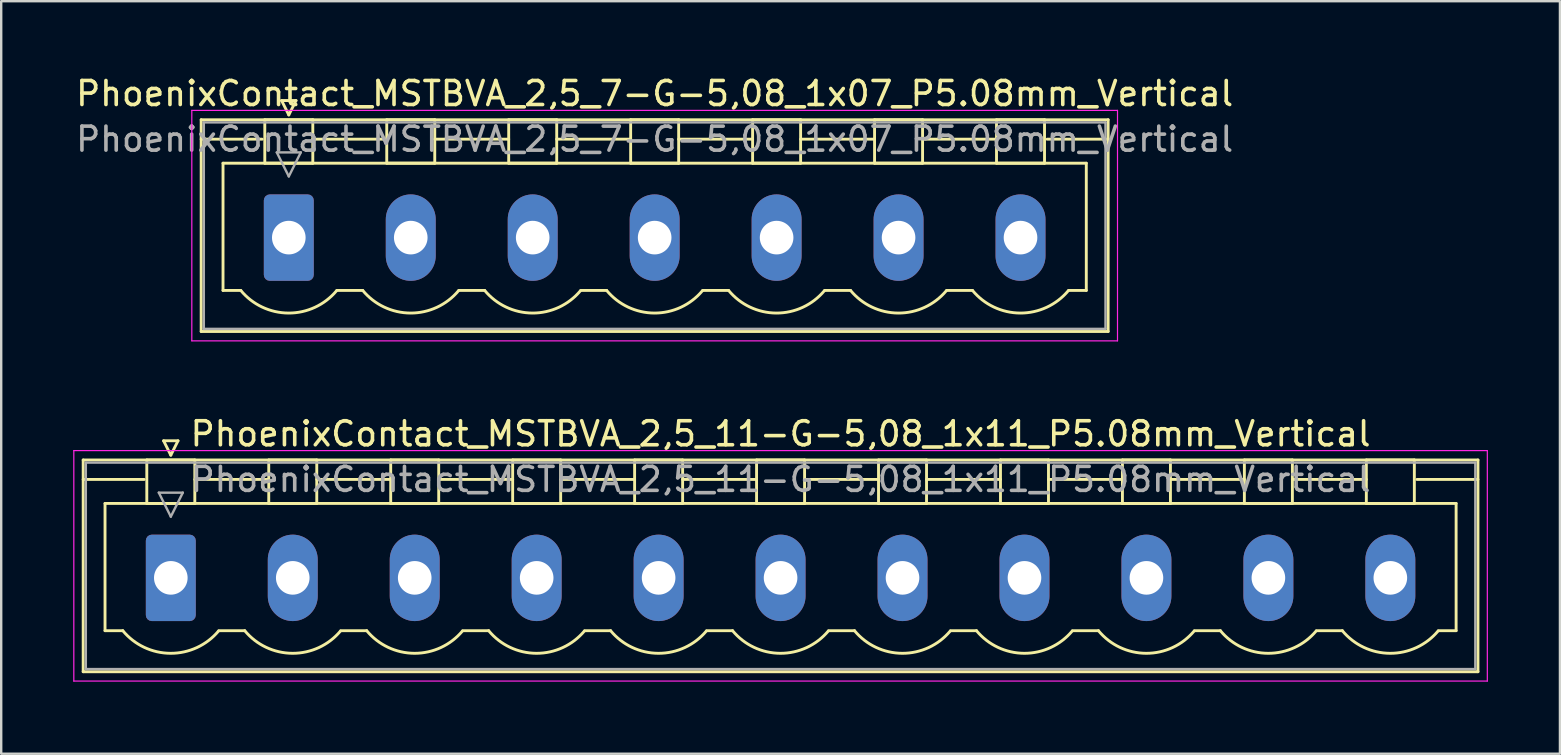
<source format=kicad_pcb>
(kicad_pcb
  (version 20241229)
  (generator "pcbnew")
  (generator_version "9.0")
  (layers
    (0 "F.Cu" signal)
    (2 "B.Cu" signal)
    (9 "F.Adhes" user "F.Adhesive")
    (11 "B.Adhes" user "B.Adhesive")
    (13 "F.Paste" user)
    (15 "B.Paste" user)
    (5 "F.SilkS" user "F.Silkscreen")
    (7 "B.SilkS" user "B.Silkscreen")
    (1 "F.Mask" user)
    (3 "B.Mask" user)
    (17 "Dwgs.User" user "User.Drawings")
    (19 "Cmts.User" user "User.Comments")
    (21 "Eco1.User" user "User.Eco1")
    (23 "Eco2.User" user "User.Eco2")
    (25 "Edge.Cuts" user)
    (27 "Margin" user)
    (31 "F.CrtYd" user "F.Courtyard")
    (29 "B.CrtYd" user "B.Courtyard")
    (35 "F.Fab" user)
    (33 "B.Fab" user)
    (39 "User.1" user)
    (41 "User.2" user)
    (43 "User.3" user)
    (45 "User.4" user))
  (footprint "PhoenixContact_MSTBVA_2,5_11-G-5,08_1x11_P5.08mm_Vertical"
    (layer "F.Cu")
    (at 4.065 21.021)
    (property "Reference" "PhoenixContact_MSTBVA_2,5_11-G-5,08_1x11_P5.08mm_Vertical" (at 25.4 -6 0) (layer "F.SilkS") (effects (font (size 1 1) (thickness 0.15))))
    (attr through_hole)
    (fp_line (start -3.65 -4.91) (end -3.65 3.91) (stroke (width 0.12) (type solid)) (layer "F.SilkS"))
    (fp_line (start -3.65 -4.1) (end -1.11 -4.1) (stroke (width 0.12) (type solid)) (layer "F.SilkS"))
    (fp_line (start -3.65 3.91) (end 54.45 3.91) (stroke (width 0.12) (type solid)) (layer "F.SilkS"))
    (fp_line (start -2.74 -3.1) (end 53.54 -3.1) (stroke (width 0.12) (type solid)) (layer "F.SilkS"))
    (fp_line (start -2.74 2.2) (end -2.74 -3.1) (stroke (width 0.12) (type solid)) (layer "F.SilkS"))
    (fp_line (start -2 2.2) (end -2.74 2.2) (stroke (width 0.12) (type solid)) (layer "F.SilkS"))
    (fp_line (start -1 -4.91) (end 1 -4.91) (stroke (width 0.12) (type solid)) (layer "F.SilkS"))
    (fp_line (start -1 -3.1) (end -1 -4.91) (stroke (width 0.12) (type solid)) (layer "F.SilkS"))
    (fp_line (start -0.3 -5.71) (end 0.3 -5.71) (stroke (width 0.12) (type solid)) (layer "F.SilkS"))
    (fp_line (start 0 -5.11) (end -0.3 -5.71) (stroke (width 0.12) (type solid)) (layer "F.SilkS"))
    (fp_line (start 0.3 -5.71) (end 0 -5.11) (stroke (width 0.12) (type solid)) (layer "F.SilkS"))
    (fp_line (start 1 -4.91) (end 1 -3.1) (stroke (width 0.12) (type solid)) (layer "F.SilkS"))
    (fp_line (start 1 -4.1) (end 4.08 -4.1) (stroke (width 0.12) (type solid)) (layer "F.SilkS"))
    (fp_line (start 1 -3.1) (end -1 -3.1) (stroke (width 0.12) (type solid)) (layer "F.SilkS"))
    (fp_line (start 2 2.2) (end 3.08 2.2) (stroke (width 0.12) (type solid)) (layer "F.SilkS"))
    (fp_line (start 4.08 -4.91) (end 6.08 -4.91) (stroke (width 0.12) (type solid)) (layer "F.SilkS"))
    (fp_line (start 4.08 -3.1) (end 4.08 -4.91) (stroke (width 0.12) (type solid)) (layer "F.SilkS"))
    (fp_line (start 6.08 -4.91) (end 6.08 -3.1) (stroke (width 0.12) (type solid)) (layer "F.SilkS"))
    (fp_line (start 6.08 -4.1) (end 9.16 -4.1) (stroke (width 0.12) (type solid)) (layer "F.SilkS"))
    (fp_line (start 6.08 -3.1) (end 4.08 -3.1) (stroke (width 0.12) (type solid)) (layer "F.SilkS"))
    (fp_line (start 7.08 2.2) (end 8.16 2.2) (stroke (width 0.12) (type solid)) (layer "F.SilkS"))
    (fp_line (start 9.16 -4.91) (end 11.16 -4.91) (stroke (width 0.12) (type solid)) (layer "F.SilkS"))
    (fp_line (start 9.16 -3.1) (end 9.16 -4.91) (stroke (width 0.12) (type solid)) (layer "F.SilkS"))
    (fp_line (start 11.16 -4.91) (end 11.16 -3.1) (stroke (width 0.12) (type solid)) (layer "F.SilkS"))
    (fp_line (start 11.16 -4.1) (end 14.24 -4.1) (stroke (width 0.12) (type solid)) (layer "F.SilkS"))
    (fp_line (start 11.16 -3.1) (end 9.16 -3.1) (stroke (width 0.12) (type solid)) (layer "F.SilkS"))
    (fp_line (start 12.16 2.2) (end 13.24 2.2) (stroke (width 0.12) (type solid)) (layer "F.SilkS"))
    (fp_line (start 14.24 -4.91) (end 16.24 -4.91) (stroke (width 0.12) (type solid)) (layer "F.SilkS"))
    (fp_line (start 14.24 -3.1) (end 14.24 -4.91) (stroke (width 0.12) (type solid)) (layer "F.SilkS"))
    (fp_line (start 16.24 -4.91) (end 16.24 -3.1) (stroke (width 0.12) (type solid)) (layer "F.SilkS"))
    (fp_line (start 16.24 -4.1) (end 19.32 -4.1) (stroke (width 0.12) (type solid)) (layer "F.SilkS"))
    (fp_line (start 16.24 -3.1) (end 14.24 -3.1) (stroke (width 0.12) (type solid)) (layer "F.SilkS"))
    (fp_line (start 17.24 2.2) (end 18.32 2.2) (stroke (width 0.12) (type solid)) (layer "F.SilkS"))
    (fp_line (start 19.32 -4.91) (end 21.32 -4.91) (stroke (width 0.12) (type solid)) (layer "F.SilkS"))
    (fp_line (start 19.32 -3.1) (end 19.32 -4.91) (stroke (width 0.12) (type solid)) (layer "F.SilkS"))
    (fp_line (start 21.32 -4.91) (end 21.32 -3.1) (stroke (width 0.12) (type solid)) (layer "F.SilkS"))
    (fp_line (start 21.32 -4.1) (end 24.4 -4.1) (stroke (width 0.12) (type solid)) (layer "F.SilkS"))
    (fp_line (start 21.32 -3.1) (end 19.32 -3.1) (stroke (width 0.12) (type solid)) (layer "F.SilkS"))
    (fp_line (start 22.32 2.2) (end 23.4 2.2) (stroke (width 0.12) (type solid)) (layer "F.SilkS"))
    (fp_line (start 24.4 -4.91) (end 26.4 -4.91) (stroke (width 0.12) (type solid)) (layer "F.SilkS"))
    (fp_line (start 24.4 -3.1) (end 24.4 -4.91) (stroke (width 0.12) (type solid)) (layer "F.SilkS"))
    (fp_line (start 26.4 -4.91) (end 26.4 -3.1) (stroke (width 0.12) (type solid)) (layer "F.SilkS"))
    (fp_line (start 26.4 -4.1) (end 29.48 -4.1) (stroke (width 0.12) (type solid)) (layer "F.SilkS"))
    (fp_line (start 26.4 -3.1) (end 24.4 -3.1) (stroke (width 0.12) (type solid)) (layer "F.SilkS"))
    (fp_line (start 27.4 2.2) (end 28.48 2.2) (stroke (width 0.12) (type solid)) (layer "F.SilkS"))
    (fp_line (start 29.48 -4.91) (end 31.48 -4.91) (stroke (width 0.12) (type solid)) (layer "F.SilkS"))
    (fp_line (start 29.48 -3.1) (end 29.48 -4.91) (stroke (width 0.12) (type solid)) (layer "F.SilkS"))
    (fp_line (start 31.48 -4.91) (end 31.48 -3.1) (stroke (width 0.12) (type solid)) (layer "F.SilkS"))
    (fp_line (start 31.48 -4.1) (end 34.56 -4.1) (stroke (width 0.12) (type solid)) (layer "F.SilkS"))
    (fp_line (start 31.48 -3.1) (end 29.48 -3.1) (stroke (width 0.12) (type solid)) (layer "F.SilkS"))
    (fp_line (start 32.48 2.2) (end 33.56 2.2) (stroke (width 0.12) (type solid)) (layer "F.SilkS"))
    (fp_line (start 34.56 -4.91) (end 36.56 -4.91) (stroke (width 0.12) (type solid)) (layer "F.SilkS"))
    (fp_line (start 34.56 -3.1) (end 34.56 -4.91) (stroke (width 0.12) (type solid)) (layer "F.SilkS"))
    (fp_line (start 36.56 -4.91) (end 36.56 -3.1) (stroke (width 0.12) (type solid)) (layer "F.SilkS"))
    (fp_line (start 36.56 -4.1) (end 39.64 -4.1) (stroke (width 0.12) (type solid)) (layer "F.SilkS"))
    (fp_line (start 36.56 -3.1) (end 34.56 -3.1) (stroke (width 0.12) (type solid)) (layer "F.SilkS"))
    (fp_line (start 37.56 2.2) (end 38.64 2.2) (stroke (width 0.12) (type solid)) (layer "F.SilkS"))
    (fp_line (start 39.64 -4.91) (end 41.64 -4.91) (stroke (width 0.12) (type solid)) (layer "F.SilkS"))
    (fp_line (start 39.64 -3.1) (end 39.64 -4.91) (stroke (width 0.12) (type solid)) (layer "F.SilkS"))
    (fp_line (start 41.64 -4.91) (end 41.64 -3.1) (stroke (width 0.12) (type solid)) (layer "F.SilkS"))
    (fp_line (start 41.64 -4.1) (end 44.72 -4.1) (stroke (width 0.12) (type solid)) (layer "F.SilkS"))
    (fp_line (start 41.64 -3.1) (end 39.64 -3.1) (stroke (width 0.12) (type solid)) (layer "F.SilkS"))
    (fp_line (start 42.64 2.2) (end 43.72 2.2) (stroke (width 0.12) (type solid)) (layer "F.SilkS"))
    (fp_line (start 44.72 -4.91) (end 46.72 -4.91) (stroke (width 0.12) (type solid)) (layer "F.SilkS"))
    (fp_line (start 44.72 -3.1) (end 44.72 -4.91) (stroke (width 0.12) (type solid)) (layer "F.SilkS"))
    (fp_line (start 46.72 -4.91) (end 46.72 -3.1) (stroke (width 0.12) (type solid)) (layer "F.SilkS"))
    (fp_line (start 46.72 -4.1) (end 49.8 -4.1) (stroke (width 0.12) (type solid)) (layer "F.SilkS"))
    (fp_line (start 46.72 -3.1) (end 44.72 -3.1) (stroke (width 0.12) (type solid)) (layer "F.SilkS"))
    (fp_line (start 47.72 2.2) (end 48.8 2.2) (stroke (width 0.12) (type solid)) (layer "F.SilkS"))
    (fp_line (start 49.8 -4.91) (end 51.8 -4.91) (stroke (width 0.12) (type solid)) (layer "F.SilkS"))
    (fp_line (start 49.8 -3.1) (end 49.8 -4.91) (stroke (width 0.12) (type solid)) (layer "F.SilkS"))
    (fp_line (start 51.8 -4.91) (end 51.8 -3.1) (stroke (width 0.12) (type solid)) (layer "F.SilkS"))
    (fp_line (start 51.8 -3.1) (end 49.8 -3.1) (stroke (width 0.12) (type solid)) (layer "F.SilkS"))
    (fp_line (start 53.54 -3.1) (end 53.54 2.2) (stroke (width 0.12) (type solid)) (layer "F.SilkS"))
    (fp_line (start 53.54 2.2) (end 52.8 2.2) (stroke (width 0.12) (type solid)) (layer "F.SilkS"))
    (fp_line (start 54.45 -4.91) (end -3.65 -4.91) (stroke (width 0.12) (type solid)) (layer "F.SilkS"))
    (fp_line (start 54.45 -4.1) (end 51.91 -4.1) (stroke (width 0.12) (type solid)) (layer "F.SilkS"))
    (fp_line (start 54.45 3.91) (end 54.45 -4.91) (stroke (width 0.12) (type solid)) (layer "F.SilkS"))
    (fp_arc (start 1.986842 2.215821) (mid -0.010289 3.142758) (end -2 2.2) (stroke (width 0.12) (type solid)) (layer "F.SilkS"))
    (fp_arc (start 7.066842 2.215821) (mid 5.069711 3.142758) (end 3.08 2.2) (stroke (width 0.12) (type solid)) (layer "F.SilkS"))
    (fp_arc (start 12.146842 2.215821) (mid 10.149711 3.142758) (end 8.16 2.2) (stroke (width 0.12) (type solid)) (layer "F.SilkS"))
    (fp_arc (start 17.226842 2.215821) (mid 15.229711 3.142758) (end 13.24 2.2) (stroke (width 0.12) (type solid)) (layer "F.SilkS"))
    (fp_arc (start 22.306842 2.215821) (mid 20.309711 3.142758) (end 18.32 2.2) (stroke (width 0.12) (type solid)) (layer "F.SilkS"))
    (fp_arc (start 27.386842 2.215821) (mid 25.389711 3.142758) (end 23.4 2.2) (stroke (width 0.12) (type solid)) (layer "F.SilkS"))
    (fp_arc (start 32.466842 2.215821) (mid 30.469711 3.142758) (end 28.48 2.2) (stroke (width 0.12) (type solid)) (layer "F.SilkS"))
    (fp_arc (start 37.546842 2.215821) (mid 35.549711 3.142758) (end 33.56 2.2) (stroke (width 0.12) (type solid)) (layer "F.SilkS"))
    (fp_arc (start 42.626842 2.215821) (mid 40.629711 3.142758) (end 38.64 2.2) (stroke (width 0.12) (type solid)) (layer "F.SilkS"))
    (fp_arc (start 47.706842 2.215821) (mid 45.709711 3.142758) (end 43.72 2.2) (stroke (width 0.12) (type solid)) (layer "F.SilkS"))
    (fp_arc (start 52.786842 2.215821) (mid 50.789711 3.142758) (end 48.8 2.2) (stroke (width 0.12) (type solid)) (layer "F.SilkS"))
    (fp_line (start -4.04 -5.3) (end -4.04 4.3) (stroke (width 0.05) (type solid)) (layer "F.CrtYd"))
    (fp_line (start -4.04 4.3) (end 54.84 4.3) (stroke (width 0.05) (type solid)) (layer "F.CrtYd"))
    (fp_line (start 54.84 -5.3) (end -4.04 -5.3) (stroke (width 0.05) (type solid)) (layer "F.CrtYd"))
    (fp_line (start 54.84 4.3) (end 54.84 -5.3) (stroke (width 0.05) (type solid)) (layer "F.CrtYd"))
    (fp_line (start -3.54 -4.8) (end -3.54 3.8) (stroke (width 0.1) (type solid)) (layer "F.Fab"))
    (fp_line (start -3.54 3.8) (end 54.34 3.8) (stroke (width 0.1) (type solid)) (layer "F.Fab"))
    (fp_line (start -0.5 -3.55) (end 0.5 -3.55) (stroke (width 0.1) (type solid)) (layer "F.Fab"))
    (fp_line (start 0 -2.55) (end -0.5 -3.55) (stroke (width 0.1) (type solid)) (layer "F.Fab"))
    (fp_line (start 0.5 -3.55) (end 0 -2.55) (stroke (width 0.1) (type solid)) (layer "F.Fab"))
    (fp_line (start 54.34 -4.8) (end -3.54 -4.8) (stroke (width 0.1) (type solid)) (layer "F.Fab"))
    (fp_line (start 54.34 3.8) (end 54.34 -4.8) (stroke (width 0.1) (type solid)) (layer "F.Fab"))
    (fp_text user "${REFERENCE}" (at 25.4 -4.1 0) (layer "F.Fab") (effects (font (size 1 1) (thickness 0.15))))
    (pad "1" thru_hole roundrect (at 0 0) (size 2.08 3.6) (drill 1.4) (layers "*.Cu" "*.Mask") (roundrect_rratio 0.12))
    (pad "2" thru_hole oval (at 5.08 0) (size 2.08 3.6) (drill 1.4) (layers "*.Cu" "*.Mask"))
    (pad "3" thru_hole oval (at 10.16 0) (size 2.08 3.6) (drill 1.4) (layers "*.Cu" "*.Mask"))
    (pad "4" thru_hole oval (at 15.24 0) (size 2.08 3.6) (drill 1.4) (layers "*.Cu" "*.Mask"))
    (pad "5" thru_hole oval (at 20.32 0) (size 2.08 3.6) (drill 1.4) (layers "*.Cu" "*.Mask"))
    (pad "6" thru_hole oval (at 25.4 0) (size 2.08 3.6) (drill 1.4) (layers "*.Cu" "*.Mask"))
    (pad "7" thru_hole oval (at 30.48 0) (size 2.08 3.6) (drill 1.4) (layers "*.Cu" "*.Mask"))
    (pad "8" thru_hole oval (at 35.56 0) (size 2.08 3.6) (drill 1.4) (layers "*.Cu" "*.Mask"))
    (pad "9" thru_hole oval (at 40.64 0) (size 2.08 3.6) (drill 1.4) (layers "*.Cu" "*.Mask"))
    (pad "10" thru_hole oval (at 45.72 0) (size 2.08 3.6) (drill 1.4) (layers "*.Cu" "*.Mask"))
    (pad "11" thru_hole oval (at 50.8 0) (size 2.08 3.6) (drill 1.4) (layers "*.Cu" "*.Mask")))
  (footprint "PhoenixContact_MSTBVA_2,5_7-G-5,08_1x07_P5.08mm_Vertical"
    (layer "F.Cu")
    (at 8.98 6.848)
    (property "Reference" "PhoenixContact_MSTBVA_2,5_7-G-5,08_1x07_P5.08mm_Vertical" (at 15.24 -6 0) (layer "F.SilkS") (effects (font (size 1 1) (thickness 0.15))))
    (attr through_hole)
    (fp_line (start -3.65 -4.91) (end -3.65 3.91) (stroke (width 0.12) (type solid)) (layer "F.SilkS"))
    (fp_line (start -3.65 -4.1) (end -1.11 -4.1) (stroke (width 0.12) (type solid)) (layer "F.SilkS"))
    (fp_line (start -3.65 3.91) (end 34.13 3.91) (stroke (width 0.12) (type solid)) (layer "F.SilkS"))
    (fp_line (start -2.74 -3.1) (end 33.22 -3.1) (stroke (width 0.12) (type solid)) (layer "F.SilkS"))
    (fp_line (start -2.74 2.2) (end -2.74 -3.1) (stroke (width 0.12) (type solid)) (layer "F.SilkS"))
    (fp_line (start -2 2.2) (end -2.74 2.2) (stroke (width 0.12) (type solid)) (layer "F.SilkS"))
    (fp_line (start -1 -4.91) (end 1 -4.91) (stroke (width 0.12) (type solid)) (layer "F.SilkS"))
    (fp_line (start -1 -3.1) (end -1 -4.91) (stroke (width 0.12) (type solid)) (layer "F.SilkS"))
    (fp_line (start -0.3 -5.71) (end 0.3 -5.71) (stroke (width 0.12) (type solid)) (layer "F.SilkS"))
    (fp_line (start 0 -5.11) (end -0.3 -5.71) (stroke (width 0.12) (type solid)) (layer "F.SilkS"))
    (fp_line (start 0.3 -5.71) (end 0 -5.11) (stroke (width 0.12) (type solid)) (layer "F.SilkS"))
    (fp_line (start 1 -4.91) (end 1 -3.1) (stroke (width 0.12) (type solid)) (layer "F.SilkS"))
    (fp_line (start 1 -4.1) (end 4.08 -4.1) (stroke (width 0.12) (type solid)) (layer "F.SilkS"))
    (fp_line (start 1 -3.1) (end -1 -3.1) (stroke (width 0.12) (type solid)) (layer "F.SilkS"))
    (fp_line (start 2 2.2) (end 3.08 2.2) (stroke (width 0.12) (type solid)) (layer "F.SilkS"))
    (fp_line (start 4.08 -4.91) (end 6.08 -4.91) (stroke (width 0.12) (type solid)) (layer "F.SilkS"))
    (fp_line (start 4.08 -3.1) (end 4.08 -4.91) (stroke (width 0.12) (type solid)) (layer "F.SilkS"))
    (fp_line (start 6.08 -4.91) (end 6.08 -3.1) (stroke (width 0.12) (type solid)) (layer "F.SilkS"))
    (fp_line (start 6.08 -4.1) (end 9.16 -4.1) (stroke (width 0.12) (type solid)) (layer "F.SilkS"))
    (fp_line (start 6.08 -3.1) (end 4.08 -3.1) (stroke (width 0.12) (type solid)) (layer "F.SilkS"))
    (fp_line (start 7.08 2.2) (end 8.16 2.2) (stroke (width 0.12) (type solid)) (layer "F.SilkS"))
    (fp_line (start 9.16 -4.91) (end 11.16 -4.91) (stroke (width 0.12) (type solid)) (layer "F.SilkS"))
    (fp_line (start 9.16 -3.1) (end 9.16 -4.91) (stroke (width 0.12) (type solid)) (layer "F.SilkS"))
    (fp_line (start 11.16 -4.91) (end 11.16 -3.1) (stroke (width 0.12) (type solid)) (layer "F.SilkS"))
    (fp_line (start 11.16 -4.1) (end 14.24 -4.1) (stroke (width 0.12) (type solid)) (layer "F.SilkS"))
    (fp_line (start 11.16 -3.1) (end 9.16 -3.1) (stroke (width 0.12) (type solid)) (layer "F.SilkS"))
    (fp_line (start 12.16 2.2) (end 13.24 2.2) (stroke (width 0.12) (type solid)) (layer "F.SilkS"))
    (fp_line (start 14.24 -4.91) (end 16.24 -4.91) (stroke (width 0.12) (type solid)) (layer "F.SilkS"))
    (fp_line (start 14.24 -3.1) (end 14.24 -4.91) (stroke (width 0.12) (type solid)) (layer "F.SilkS"))
    (fp_line (start 16.24 -4.91) (end 16.24 -3.1) (stroke (width 0.12) (type solid)) (layer "F.SilkS"))
    (fp_line (start 16.24 -4.1) (end 19.32 -4.1) (stroke (width 0.12) (type solid)) (layer "F.SilkS"))
    (fp_line (start 16.24 -3.1) (end 14.24 -3.1) (stroke (width 0.12) (type solid)) (layer "F.SilkS"))
    (fp_line (start 17.24 2.2) (end 18.32 2.2) (stroke (width 0.12) (type solid)) (layer "F.SilkS"))
    (fp_line (start 19.32 -4.91) (end 21.32 -4.91) (stroke (width 0.12) (type solid)) (layer "F.SilkS"))
    (fp_line (start 19.32 -3.1) (end 19.32 -4.91) (stroke (width 0.12) (type solid)) (layer "F.SilkS"))
    (fp_line (start 21.32 -4.91) (end 21.32 -3.1) (stroke (width 0.12) (type solid)) (layer "F.SilkS"))
    (fp_line (start 21.32 -4.1) (end 24.4 -4.1) (stroke (width 0.12) (type solid)) (layer "F.SilkS"))
    (fp_line (start 21.32 -3.1) (end 19.32 -3.1) (stroke (width 0.12) (type solid)) (layer "F.SilkS"))
    (fp_line (start 22.32 2.2) (end 23.4 2.2) (stroke (width 0.12) (type solid)) (layer "F.SilkS"))
    (fp_line (start 24.4 -4.91) (end 26.4 -4.91) (stroke (width 0.12) (type solid)) (layer "F.SilkS"))
    (fp_line (start 24.4 -3.1) (end 24.4 -4.91) (stroke (width 0.12) (type solid)) (layer "F.SilkS"))
    (fp_line (start 26.4 -4.91) (end 26.4 -3.1) (stroke (width 0.12) (type solid)) (layer "F.SilkS"))
    (fp_line (start 26.4 -4.1) (end 29.48 -4.1) (stroke (width 0.12) (type solid)) (layer "F.SilkS"))
    (fp_line (start 26.4 -3.1) (end 24.4 -3.1) (stroke (width 0.12) (type solid)) (layer "F.SilkS"))
    (fp_line (start 27.4 2.2) (end 28.48 2.2) (stroke (width 0.12) (type solid)) (layer "F.SilkS"))
    (fp_line (start 29.48 -4.91) (end 31.48 -4.91) (stroke (width 0.12) (type solid)) (layer "F.SilkS"))
    (fp_line (start 29.48 -3.1) (end 29.48 -4.91) (stroke (width 0.12) (type solid)) (layer "F.SilkS"))
    (fp_line (start 31.48 -4.91) (end 31.48 -3.1) (stroke (width 0.12) (type solid)) (layer "F.SilkS"))
    (fp_line (start 31.48 -3.1) (end 29.48 -3.1) (stroke (width 0.12) (type solid)) (layer "F.SilkS"))
    (fp_line (start 33.22 -3.1) (end 33.22 2.2) (stroke (width 0.12) (type solid)) (layer "F.SilkS"))
    (fp_line (start 33.22 2.2) (end 32.48 2.2) (stroke (width 0.12) (type solid)) (layer "F.SilkS"))
    (fp_line (start 34.13 -4.91) (end -3.65 -4.91) (stroke (width 0.12) (type solid)) (layer "F.SilkS"))
    (fp_line (start 34.13 -4.1) (end 31.59 -4.1) (stroke (width 0.12) (type solid)) (layer "F.SilkS"))
    (fp_line (start 34.13 3.91) (end 34.13 -4.91) (stroke (width 0.12) (type solid)) (layer "F.SilkS"))
    (fp_arc (start 1.986842 2.215821) (mid -0.010289 3.142758) (end -2 2.2) (stroke (width 0.12) (type solid)) (layer "F.SilkS"))
    (fp_arc (start 7.066842 2.215821) (mid 5.069711 3.142758) (end 3.08 2.2) (stroke (width 0.12) (type solid)) (layer "F.SilkS"))
    (fp_arc (start 12.146842 2.215821) (mid 10.149711 3.142758) (end 8.16 2.2) (stroke (width 0.12) (type solid)) (layer "F.SilkS"))
    (fp_arc (start 17.226842 2.215821) (mid 15.229711 3.142758) (end 13.24 2.2) (stroke (width 0.12) (type solid)) (layer "F.SilkS"))
    (fp_arc (start 22.306842 2.215821) (mid 20.309711 3.142758) (end 18.32 2.2) (stroke (width 0.12) (type solid)) (layer "F.SilkS"))
    (fp_arc (start 27.386842 2.215821) (mid 25.389711 3.142758) (end 23.4 2.2) (stroke (width 0.12) (type solid)) (layer "F.SilkS"))
    (fp_arc (start 32.466842 2.215821) (mid 30.469711 3.142758) (end 28.48 2.2) (stroke (width 0.12) (type solid)) (layer "F.SilkS"))
    (fp_line (start -4.04 -5.3) (end -4.04 4.3) (stroke (width 0.05) (type solid)) (layer "F.CrtYd"))
    (fp_line (start -4.04 4.3) (end 34.52 4.3) (stroke (width 0.05) (type solid)) (layer "F.CrtYd"))
    (fp_line (start 34.52 -5.3) (end -4.04 -5.3) (stroke (width 0.05) (type solid)) (layer "F.CrtYd"))
    (fp_line (start 34.52 4.3) (end 34.52 -5.3) (stroke (width 0.05) (type solid)) (layer "F.CrtYd"))
    (fp_line (start -3.54 -4.8) (end -3.54 3.8) (stroke (width 0.1) (type solid)) (layer "F.Fab"))
    (fp_line (start -3.54 3.8) (end 34.02 3.8) (stroke (width 0.1) (type solid)) (layer "F.Fab"))
    (fp_line (start -0.5 -3.55) (end 0.5 -3.55) (stroke (width 0.1) (type solid)) (layer "F.Fab"))
    (fp_line (start 0 -2.55) (end -0.5 -3.55) (stroke (width 0.1) (type solid)) (layer "F.Fab"))
    (fp_line (start 0.5 -3.55) (end 0 -2.55) (stroke (width 0.1) (type solid)) (layer "F.Fab"))
    (fp_line (start 34.02 -4.8) (end -3.54 -4.8) (stroke (width 0.1) (type solid)) (layer "F.Fab"))
    (fp_line (start 34.02 3.8) (end 34.02 -4.8) (stroke (width 0.1) (type solid)) (layer "F.Fab"))
    (fp_text user "${REFERENCE}" (at 15.24 -4.1 0) (layer "F.Fab") (effects (font (size 1 1) (thickness 0.15))))
    (pad "1" thru_hole roundrect (at 0 0) (size 2.08 3.6) (drill 1.4) (layers "*.Cu" "*.Mask") (roundrect_rratio 0.12))
    (pad "2" thru_hole oval (at 5.08 0) (size 2.08 3.6) (drill 1.4) (layers "*.Cu" "*.Mask"))
    (pad "3" thru_hole oval (at 10.16 0) (size 2.08 3.6) (drill 1.4) (layers "*.Cu" "*.Mask"))
    (pad "4" thru_hole oval (at 15.24 0) (size 2.08 3.6) (drill 1.4) (layers "*.Cu" "*.Mask"))
    (pad "5" thru_hole oval (at 20.32 0) (size 2.08 3.6) (drill 1.4) (layers "*.Cu" "*.Mask"))
    (pad "6" thru_hole oval (at 25.4 0) (size 2.08 3.6) (drill 1.4) (layers "*.Cu" "*.Mask"))
    (pad "7" thru_hole oval (at 30.48 0) (size 2.08 3.6) (drill 1.4) (layers "*.Cu" "*.Mask")))
  (gr_rect
    (start -3 -3)
    (end 61.93 28.346)
    (stroke (width 0.1) (type default))
    (fill no)
    (layer "Edge.Cuts")))
</source>
